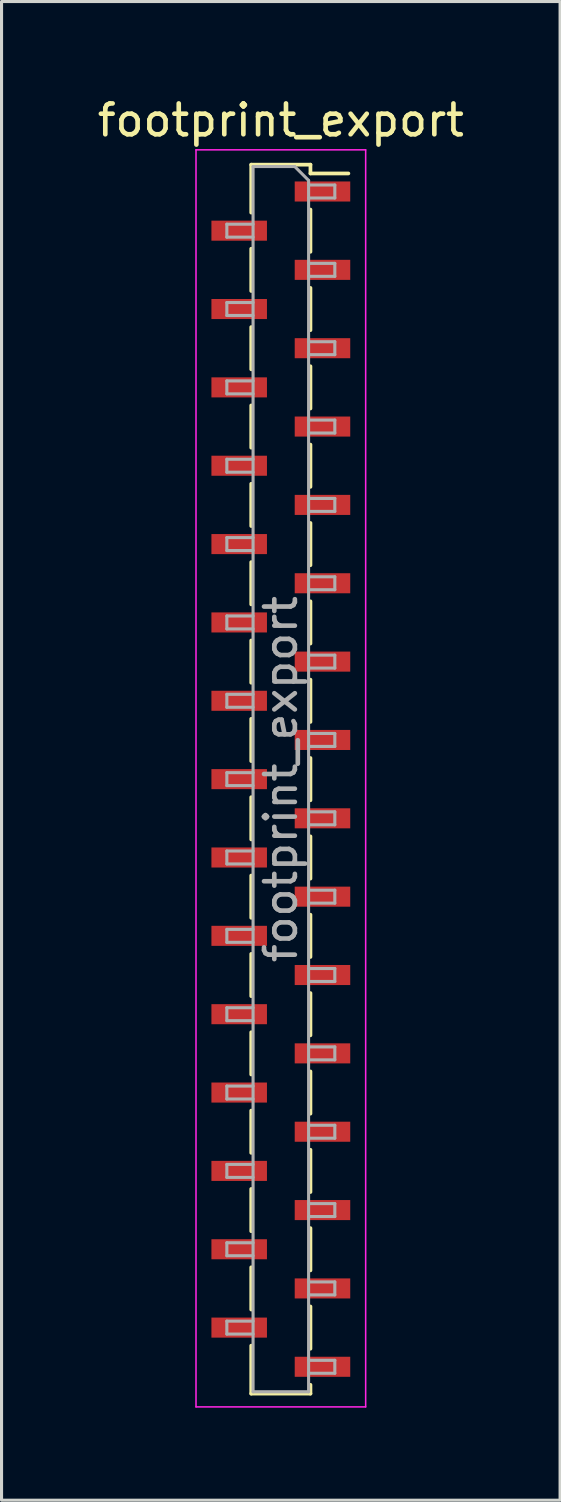
<source format=kicad_pcb>
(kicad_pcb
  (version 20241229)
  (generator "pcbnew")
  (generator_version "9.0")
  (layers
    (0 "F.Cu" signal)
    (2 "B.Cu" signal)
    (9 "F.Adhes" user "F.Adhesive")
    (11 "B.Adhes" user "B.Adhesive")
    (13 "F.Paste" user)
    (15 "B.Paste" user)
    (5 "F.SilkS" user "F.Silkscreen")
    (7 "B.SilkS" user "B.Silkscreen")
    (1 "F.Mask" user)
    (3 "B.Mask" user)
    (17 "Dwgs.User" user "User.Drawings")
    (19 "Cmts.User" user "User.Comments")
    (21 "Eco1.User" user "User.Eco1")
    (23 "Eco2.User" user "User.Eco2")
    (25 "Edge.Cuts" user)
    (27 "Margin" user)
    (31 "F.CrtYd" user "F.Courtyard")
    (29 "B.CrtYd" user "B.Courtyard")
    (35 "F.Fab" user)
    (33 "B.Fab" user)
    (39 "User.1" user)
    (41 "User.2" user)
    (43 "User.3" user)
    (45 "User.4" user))
  (footprint "footprint_export"
    (layer "F.Cu")
    (at 6.054 22.208)
    (property "Reference" "footprint_export" (at 0 -21.36 0) (layer "F.SilkS") (effects (font (size 1 1) (thickness 0.15))))
    (attr smd)
    (fp_line (start -0.96 -19.92) (end -0.96 -18.365) (stroke (width 0.12) (type solid)) (layer "F.SilkS"))
    (fp_line (start -0.96 -19.92) (end 0.96 -19.92) (stroke (width 0.12) (type solid)) (layer "F.SilkS"))
    (fp_line (start -0.96 -17.195) (end -0.96 -15.825) (stroke (width 0.12) (type solid)) (layer "F.SilkS"))
    (fp_line (start -0.96 -14.655) (end -0.96 -13.285) (stroke (width 0.12) (type solid)) (layer "F.SilkS"))
    (fp_line (start -0.96 -12.115) (end -0.96 -10.745) (stroke (width 0.12) (type solid)) (layer "F.SilkS"))
    (fp_line (start -0.96 -9.575) (end -0.96 -8.205) (stroke (width 0.12) (type solid)) (layer "F.SilkS"))
    (fp_line (start -0.96 -7.035) (end -0.96 -5.665) (stroke (width 0.12) (type solid)) (layer "F.SilkS"))
    (fp_line (start -0.96 -4.495) (end -0.96 -3.125) (stroke (width 0.12) (type solid)) (layer "F.SilkS"))
    (fp_line (start -0.96 -1.955) (end -0.96 -0.585) (stroke (width 0.12) (type solid)) (layer "F.SilkS"))
    (fp_line (start -0.96 0.585) (end -0.96 1.955) (stroke (width 0.12) (type solid)) (layer "F.SilkS"))
    (fp_line (start -0.96 3.125) (end -0.96 4.495) (stroke (width 0.12) (type solid)) (layer "F.SilkS"))
    (fp_line (start -0.96 5.665) (end -0.96 7.035) (stroke (width 0.12) (type solid)) (layer "F.SilkS"))
    (fp_line (start -0.96 8.205) (end -0.96 9.575) (stroke (width 0.12) (type solid)) (layer "F.SilkS"))
    (fp_line (start -0.96 10.745) (end -0.96 12.115) (stroke (width 0.12) (type solid)) (layer "F.SilkS"))
    (fp_line (start -0.96 13.285) (end -0.96 14.655) (stroke (width 0.12) (type solid)) (layer "F.SilkS"))
    (fp_line (start -0.96 15.825) (end -0.96 17.195) (stroke (width 0.12) (type solid)) (layer "F.SilkS"))
    (fp_line (start -0.96 18.365) (end -0.96 19.92) (stroke (width 0.12) (type solid)) (layer "F.SilkS"))
    (fp_line (start -0.96 19.92) (end 0.96 19.92) (stroke (width 0.12) (type solid)) (layer "F.SilkS"))
    (fp_line (start 0.96 -19.92) (end 0.96 -19.635) (stroke (width 0.12) (type solid)) (layer "F.SilkS"))
    (fp_line (start 0.96 -19.635) (end 2.19 -19.635) (stroke (width 0.12) (type solid)) (layer "F.SilkS"))
    (fp_line (start 0.96 -18.465) (end 0.96 -17.095) (stroke (width 0.12) (type solid)) (layer "F.SilkS"))
    (fp_line (start 0.96 -15.925) (end 0.96 -14.555) (stroke (width 0.12) (type solid)) (layer "F.SilkS"))
    (fp_line (start 0.96 -13.385) (end 0.96 -12.015) (stroke (width 0.12) (type solid)) (layer "F.SilkS"))
    (fp_line (start 0.96 -10.845) (end 0.96 -9.475) (stroke (width 0.12) (type solid)) (layer "F.SilkS"))
    (fp_line (start 0.96 -8.305) (end 0.96 -6.935) (stroke (width 0.12) (type solid)) (layer "F.SilkS"))
    (fp_line (start 0.96 -5.765) (end 0.96 -4.395) (stroke (width 0.12) (type solid)) (layer "F.SilkS"))
    (fp_line (start 0.96 -3.225) (end 0.96 -1.855) (stroke (width 0.12) (type solid)) (layer "F.SilkS"))
    (fp_line (start 0.96 -0.685) (end 0.96 0.685) (stroke (width 0.12) (type solid)) (layer "F.SilkS"))
    (fp_line (start 0.96 1.855) (end 0.96 3.225) (stroke (width 0.12) (type solid)) (layer "F.SilkS"))
    (fp_line (start 0.96 4.395) (end 0.96 5.765) (stroke (width 0.12) (type solid)) (layer "F.SilkS"))
    (fp_line (start 0.96 6.935) (end 0.96 8.305) (stroke (width 0.12) (type solid)) (layer "F.SilkS"))
    (fp_line (start 0.96 9.475) (end 0.96 10.845) (stroke (width 0.12) (type solid)) (layer "F.SilkS"))
    (fp_line (start 0.96 12.015) (end 0.96 13.385) (stroke (width 0.12) (type solid)) (layer "F.SilkS"))
    (fp_line (start 0.96 14.555) (end 0.96 15.925) (stroke (width 0.12) (type solid)) (layer "F.SilkS"))
    (fp_line (start 0.96 17.095) (end 0.96 18.465) (stroke (width 0.12) (type solid)) (layer "F.SilkS"))
    (fp_line (start 0.96 19.635) (end 0.96 19.92) (stroke (width 0.12) (type solid)) (layer "F.SilkS"))
    (fp_line (start -2.75 -20.4) (end 2.75 -20.4) (stroke (width 0.05) (type solid)) (layer "F.CrtYd"))
    (fp_line (start -2.75 20.35) (end -2.75 -20.4) (stroke (width 0.05) (type solid)) (layer "F.CrtYd"))
    (fp_line (start 2.75 -20.4) (end 2.75 20.35) (stroke (width 0.05) (type solid)) (layer "F.CrtYd"))
    (fp_line (start 2.75 20.35) (end -2.75 20.35) (stroke (width 0.05) (type solid)) (layer "F.CrtYd"))
    (fp_line (start -1.75 -17.99) (end -0.9 -17.99) (stroke (width 0.1) (type solid)) (layer "F.Fab"))
    (fp_line (start -1.75 -17.57) (end -1.75 -17.99) (stroke (width 0.1) (type solid)) (layer "F.Fab"))
    (fp_line (start -1.75 -15.45) (end -0.9 -15.45) (stroke (width 0.1) (type solid)) (layer "F.Fab"))
    (fp_line (start -1.75 -15.03) (end -1.75 -15.45) (stroke (width 0.1) (type solid)) (layer "F.Fab"))
    (fp_line (start -1.75 -12.91) (end -0.9 -12.91) (stroke (width 0.1) (type solid)) (layer "F.Fab"))
    (fp_line (start -1.75 -12.49) (end -1.75 -12.91) (stroke (width 0.1) (type solid)) (layer "F.Fab"))
    (fp_line (start -1.75 -10.37) (end -0.9 -10.37) (stroke (width 0.1) (type solid)) (layer "F.Fab"))
    (fp_line (start -1.75 -9.95) (end -1.75 -10.37) (stroke (width 0.1) (type solid)) (layer "F.Fab"))
    (fp_line (start -1.75 -7.83) (end -0.9 -7.83) (stroke (width 0.1) (type solid)) (layer "F.Fab"))
    (fp_line (start -1.75 -7.41) (end -1.75 -7.83) (stroke (width 0.1) (type solid)) (layer "F.Fab"))
    (fp_line (start -1.75 -5.29) (end -0.9 -5.29) (stroke (width 0.1) (type solid)) (layer "F.Fab"))
    (fp_line (start -1.75 -4.87) (end -1.75 -5.29) (stroke (width 0.1) (type solid)) (layer "F.Fab"))
    (fp_line (start -1.75 -2.75) (end -0.9 -2.75) (stroke (width 0.1) (type solid)) (layer "F.Fab"))
    (fp_line (start -1.75 -2.33) (end -1.75 -2.75) (stroke (width 0.1) (type solid)) (layer "F.Fab"))
    (fp_line (start -1.75 -0.21) (end -0.9 -0.21) (stroke (width 0.1) (type solid)) (layer "F.Fab"))
    (fp_line (start -1.75 0.21) (end -1.75 -0.21) (stroke (width 0.1) (type solid)) (layer "F.Fab"))
    (fp_line (start -1.75 2.33) (end -0.9 2.33) (stroke (width 0.1) (type solid)) (layer "F.Fab"))
    (fp_line (start -1.75 2.75) (end -1.75 2.33) (stroke (width 0.1) (type solid)) (layer "F.Fab"))
    (fp_line (start -1.75 4.87) (end -0.9 4.87) (stroke (width 0.1) (type solid)) (layer "F.Fab"))
    (fp_line (start -1.75 5.29) (end -1.75 4.87) (stroke (width 0.1) (type solid)) (layer "F.Fab"))
    (fp_line (start -1.75 7.41) (end -0.9 7.41) (stroke (width 0.1) (type solid)) (layer "F.Fab"))
    (fp_line (start -1.75 7.83) (end -1.75 7.41) (stroke (width 0.1) (type solid)) (layer "F.Fab"))
    (fp_line (start -1.75 9.95) (end -0.9 9.95) (stroke (width 0.1) (type solid)) (layer "F.Fab"))
    (fp_line (start -1.75 10.37) (end -1.75 9.95) (stroke (width 0.1) (type solid)) (layer "F.Fab"))
    (fp_line (start -1.75 12.49) (end -0.9 12.49) (stroke (width 0.1) (type solid)) (layer "F.Fab"))
    (fp_line (start -1.75 12.91) (end -1.75 12.49) (stroke (width 0.1) (type solid)) (layer "F.Fab"))
    (fp_line (start -1.75 15.03) (end -0.9 15.03) (stroke (width 0.1) (type solid)) (layer "F.Fab"))
    (fp_line (start -1.75 15.45) (end -1.75 15.03) (stroke (width 0.1) (type solid)) (layer "F.Fab"))
    (fp_line (start -1.75 17.57) (end -0.9 17.57) (stroke (width 0.1) (type solid)) (layer "F.Fab"))
    (fp_line (start -1.75 17.99) (end -1.75 17.57) (stroke (width 0.1) (type solid)) (layer "F.Fab"))
    (fp_line (start -0.9 -19.86) (end 0.45 -19.86) (stroke (width 0.1) (type solid)) (layer "F.Fab"))
    (fp_line (start -0.9 -17.57) (end -1.75 -17.57) (stroke (width 0.1) (type solid)) (layer "F.Fab"))
    (fp_line (start -0.9 -15.03) (end -1.75 -15.03) (stroke (width 0.1) (type solid)) (layer "F.Fab"))
    (fp_line (start -0.9 -12.49) (end -1.75 -12.49) (stroke (width 0.1) (type solid)) (layer "F.Fab"))
    (fp_line (start -0.9 -9.95) (end -1.75 -9.95) (stroke (width 0.1) (type solid)) (layer "F.Fab"))
    (fp_line (start -0.9 -7.41) (end -1.75 -7.41) (stroke (width 0.1) (type solid)) (layer "F.Fab"))
    (fp_line (start -0.9 -4.87) (end -1.75 -4.87) (stroke (width 0.1) (type solid)) (layer "F.Fab"))
    (fp_line (start -0.9 -2.33) (end -1.75 -2.33) (stroke (width 0.1) (type solid)) (layer "F.Fab"))
    (fp_line (start -0.9 0.21) (end -1.75 0.21) (stroke (width 0.1) (type solid)) (layer "F.Fab"))
    (fp_line (start -0.9 2.75) (end -1.75 2.75) (stroke (width 0.1) (type solid)) (layer "F.Fab"))
    (fp_line (start -0.9 5.29) (end -1.75 5.29) (stroke (width 0.1) (type solid)) (layer "F.Fab"))
    (fp_line (start -0.9 7.83) (end -1.75 7.83) (stroke (width 0.1) (type solid)) (layer "F.Fab"))
    (fp_line (start -0.9 10.37) (end -1.75 10.37) (stroke (width 0.1) (type solid)) (layer "F.Fab"))
    (fp_line (start -0.9 12.91) (end -1.75 12.91) (stroke (width 0.1) (type solid)) (layer "F.Fab"))
    (fp_line (start -0.9 15.45) (end -1.75 15.45) (stroke (width 0.1) (type solid)) (layer "F.Fab"))
    (fp_line (start -0.9 17.99) (end -1.75 17.99) (stroke (width 0.1) (type solid)) (layer "F.Fab"))
    (fp_line (start -0.9 19.86) (end -0.9 -19.86) (stroke (width 0.1) (type solid)) (layer "F.Fab"))
    (fp_line (start 0.45 -19.86) (end 0.9 -19.41) (stroke (width 0.1) (type solid)) (layer "F.Fab"))
    (fp_line (start 0.9 -19.41) (end 0.9 19.86) (stroke (width 0.1) (type solid)) (layer "F.Fab"))
    (fp_line (start 0.9 -19.26) (end 1.75 -19.26) (stroke (width 0.1) (type solid)) (layer "F.Fab"))
    (fp_line (start 0.9 -16.72) (end 1.75 -16.72) (stroke (width 0.1) (type solid)) (layer "F.Fab"))
    (fp_line (start 0.9 -14.18) (end 1.75 -14.18) (stroke (width 0.1) (type solid)) (layer "F.Fab"))
    (fp_line (start 0.9 -11.64) (end 1.75 -11.64) (stroke (width 0.1) (type solid)) (layer "F.Fab"))
    (fp_line (start 0.9 -9.1) (end 1.75 -9.1) (stroke (width 0.1) (type solid)) (layer "F.Fab"))
    (fp_line (start 0.9 -6.56) (end 1.75 -6.56) (stroke (width 0.1) (type solid)) (layer "F.Fab"))
    (fp_line (start 0.9 -4.02) (end 1.75 -4.02) (stroke (width 0.1) (type solid)) (layer "F.Fab"))
    (fp_line (start 0.9 -1.48) (end 1.75 -1.48) (stroke (width 0.1) (type solid)) (layer "F.Fab"))
    (fp_line (start 0.9 1.06) (end 1.75 1.06) (stroke (width 0.1) (type solid)) (layer "F.Fab"))
    (fp_line (start 0.9 3.6) (end 1.75 3.6) (stroke (width 0.1) (type solid)) (layer "F.Fab"))
    (fp_line (start 0.9 6.14) (end 1.75 6.14) (stroke (width 0.1) (type solid)) (layer "F.Fab"))
    (fp_line (start 0.9 8.68) (end 1.75 8.68) (stroke (width 0.1) (type solid)) (layer "F.Fab"))
    (fp_line (start 0.9 11.22) (end 1.75 11.22) (stroke (width 0.1) (type solid)) (layer "F.Fab"))
    (fp_line (start 0.9 13.76) (end 1.75 13.76) (stroke (width 0.1) (type solid)) (layer "F.Fab"))
    (fp_line (start 0.9 16.3) (end 1.75 16.3) (stroke (width 0.1) (type solid)) (layer "F.Fab"))
    (fp_line (start 0.9 18.84) (end 1.75 18.84) (stroke (width 0.1) (type solid)) (layer "F.Fab"))
    (fp_line (start 0.9 19.86) (end -0.9 19.86) (stroke (width 0.1) (type solid)) (layer "F.Fab"))
    (fp_line (start 1.75 -19.26) (end 1.75 -18.84) (stroke (width 0.1) (type solid)) (layer "F.Fab"))
    (fp_line (start 1.75 -18.84) (end 0.9 -18.84) (stroke (width 0.1) (type solid)) (layer "F.Fab"))
    (fp_line (start 1.75 -16.72) (end 1.75 -16.3) (stroke (width 0.1) (type solid)) (layer "F.Fab"))
    (fp_line (start 1.75 -16.3) (end 0.9 -16.3) (stroke (width 0.1) (type solid)) (layer "F.Fab"))
    (fp_line (start 1.75 -14.18) (end 1.75 -13.76) (stroke (width 0.1) (type solid)) (layer "F.Fab"))
    (fp_line (start 1.75 -13.76) (end 0.9 -13.76) (stroke (width 0.1) (type solid)) (layer "F.Fab"))
    (fp_line (start 1.75 -11.64) (end 1.75 -11.22) (stroke (width 0.1) (type solid)) (layer "F.Fab"))
    (fp_line (start 1.75 -11.22) (end 0.9 -11.22) (stroke (width 0.1) (type solid)) (layer "F.Fab"))
    (fp_line (start 1.75 -9.1) (end 1.75 -8.68) (stroke (width 0.1) (type solid)) (layer "F.Fab"))
    (fp_line (start 1.75 -8.68) (end 0.9 -8.68) (stroke (width 0.1) (type solid)) (layer "F.Fab"))
    (fp_line (start 1.75 -6.56) (end 1.75 -6.14) (stroke (width 0.1) (type solid)) (layer "F.Fab"))
    (fp_line (start 1.75 -6.14) (end 0.9 -6.14) (stroke (width 0.1) (type solid)) (layer "F.Fab"))
    (fp_line (start 1.75 -4.02) (end 1.75 -3.6) (stroke (width 0.1) (type solid)) (layer "F.Fab"))
    (fp_line (start 1.75 -3.6) (end 0.9 -3.6) (stroke (width 0.1) (type solid)) (layer "F.Fab"))
    (fp_line (start 1.75 -1.48) (end 1.75 -1.06) (stroke (width 0.1) (type solid)) (layer "F.Fab"))
    (fp_line (start 1.75 -1.06) (end 0.9 -1.06) (stroke (width 0.1) (type solid)) (layer "F.Fab"))
    (fp_line (start 1.75 1.06) (end 1.75 1.48) (stroke (width 0.1) (type solid)) (layer "F.Fab"))
    (fp_line (start 1.75 1.48) (end 0.9 1.48) (stroke (width 0.1) (type solid)) (layer "F.Fab"))
    (fp_line (start 1.75 3.6) (end 1.75 4.02) (stroke (width 0.1) (type solid)) (layer "F.Fab"))
    (fp_line (start 1.75 4.02) (end 0.9 4.02) (stroke (width 0.1) (type solid)) (layer "F.Fab"))
    (fp_line (start 1.75 6.14) (end 1.75 6.56) (stroke (width 0.1) (type solid)) (layer "F.Fab"))
    (fp_line (start 1.75 6.56) (end 0.9 6.56) (stroke (width 0.1) (type solid)) (layer "F.Fab"))
    (fp_line (start 1.75 8.68) (end 1.75 9.1) (stroke (width 0.1) (type solid)) (layer "F.Fab"))
    (fp_line (start 1.75 9.1) (end 0.9 9.1) (stroke (width 0.1) (type solid)) (layer "F.Fab"))
    (fp_line (start 1.75 11.22) (end 1.75 11.64) (stroke (width 0.1) (type solid)) (layer "F.Fab"))
    (fp_line (start 1.75 11.64) (end 0.9 11.64) (stroke (width 0.1) (type solid)) (layer "F.Fab"))
    (fp_line (start 1.75 13.76) (end 1.75 14.18) (stroke (width 0.1) (type solid)) (layer "F.Fab"))
    (fp_line (start 1.75 14.18) (end 0.9 14.18) (stroke (width 0.1) (type solid)) (layer "F.Fab"))
    (fp_line (start 1.75 16.3) (end 1.75 16.72) (stroke (width 0.1) (type solid)) (layer "F.Fab"))
    (fp_line (start 1.75 16.72) (end 0.9 16.72) (stroke (width 0.1) (type solid)) (layer "F.Fab"))
    (fp_line (start 1.75 18.84) (end 1.75 19.26) (stroke (width 0.1) (type solid)) (layer "F.Fab"))
    (fp_line (start 1.75 19.26) (end 0.9 19.26) (stroke (width 0.1) (type solid)) (layer "F.Fab"))
    (fp_text user "${REFERENCE}" (at 0 0 90) (layer "F.Fab") (effects (font (size 1 1) (thickness 0.15))))
    (pad "1" smd rect (at 1.35 -19.05) (size 1.8 0.65) (layers "F.Cu" "F.Mask" "F.Paste"))
    (pad "2" smd rect (at -1.35 -17.78) (size 1.8 0.65) (layers "F.Cu" "F.Mask" "F.Paste"))
    (pad "3" smd rect (at 1.35 -16.51) (size 1.8 0.65) (layers "F.Cu" "F.Mask" "F.Paste"))
    (pad "4" smd rect (at -1.35 -15.24) (size 1.8 0.65) (layers "F.Cu" "F.Mask" "F.Paste"))
    (pad "5" smd rect (at 1.35 -13.97) (size 1.8 0.65) (layers "F.Cu" "F.Mask" "F.Paste"))
    (pad "6" smd rect (at -1.35 -12.7) (size 1.8 0.65) (layers "F.Cu" "F.Mask" "F.Paste"))
    (pad "7" smd rect (at 1.35 -11.43) (size 1.8 0.65) (layers "F.Cu" "F.Mask" "F.Paste"))
    (pad "8" smd rect (at -1.35 -10.16) (size 1.8 0.65) (layers "F.Cu" "F.Mask" "F.Paste"))
    (pad "9" smd rect (at 1.35 -8.89) (size 1.8 0.65) (layers "F.Cu" "F.Mask" "F.Paste"))
    (pad "10" smd rect (at -1.35 -7.62) (size 1.8 0.65) (layers "F.Cu" "F.Mask" "F.Paste"))
    (pad "11" smd rect (at 1.35 -6.35) (size 1.8 0.65) (layers "F.Cu" "F.Mask" "F.Paste"))
    (pad "12" smd rect (at -1.35 -5.08) (size 1.8 0.65) (layers "F.Cu" "F.Mask" "F.Paste"))
    (pad "13" smd rect (at 1.35 -3.81) (size 1.8 0.65) (layers "F.Cu" "F.Mask" "F.Paste"))
    (pad "14" smd rect (at -1.35 -2.54) (size 1.8 0.65) (layers "F.Cu" "F.Mask" "F.Paste"))
    (pad "15" smd rect (at 1.35 -1.27) (size 1.8 0.65) (layers "F.Cu" "F.Mask" "F.Paste"))
    (pad "16" smd rect (at -1.35 0) (size 1.8 0.65) (layers "F.Cu" "F.Mask" "F.Paste"))
    (pad "17" smd rect (at 1.35 1.27) (size 1.8 0.65) (layers "F.Cu" "F.Mask" "F.Paste"))
    (pad "18" smd rect (at -1.35 2.54) (size 1.8 0.65) (layers "F.Cu" "F.Mask" "F.Paste"))
    (pad "19" smd rect (at 1.35 3.81) (size 1.8 0.65) (layers "F.Cu" "F.Mask" "F.Paste"))
    (pad "20" smd rect (at -1.35 5.08) (size 1.8 0.65) (layers "F.Cu" "F.Mask" "F.Paste"))
    (pad "21" smd rect (at 1.35 6.35) (size 1.8 0.65) (layers "F.Cu" "F.Mask" "F.Paste"))
    (pad "22" smd rect (at -1.35 7.62) (size 1.8 0.65) (layers "F.Cu" "F.Mask" "F.Paste"))
    (pad "23" smd rect (at 1.35 8.89) (size 1.8 0.65) (layers "F.Cu" "F.Mask" "F.Paste"))
    (pad "24" smd rect (at -1.35 10.16) (size 1.8 0.65) (layers "F.Cu" "F.Mask" "F.Paste"))
    (pad "25" smd rect (at 1.35 11.43) (size 1.8 0.65) (layers "F.Cu" "F.Mask" "F.Paste"))
    (pad "26" smd rect (at -1.35 12.7) (size 1.8 0.65) (layers "F.Cu" "F.Mask" "F.Paste"))
    (pad "27" smd rect (at 1.35 13.97) (size 1.8 0.65) (layers "F.Cu" "F.Mask" "F.Paste"))
    (pad "28" smd rect (at -1.35 15.24) (size 1.8 0.65) (layers "F.Cu" "F.Mask" "F.Paste"))
    (pad "29" smd rect (at 1.35 16.51) (size 1.8 0.65) (layers "F.Cu" "F.Mask" "F.Paste"))
    (pad "30" smd rect (at -1.35 17.78) (size 1.8 0.65) (layers "F.Cu" "F.Mask" "F.Paste"))
    (pad "31" smd rect (at 1.35 19.05) (size 1.8 0.65) (layers "F.Cu" "F.Mask" "F.Paste")))
  (gr_rect
    (start -3 -3)
    (end 15.107 45.583)
    (stroke (width 0.1) (type default))
    (fill no)
    (layer "Edge.Cuts")))
</source>
